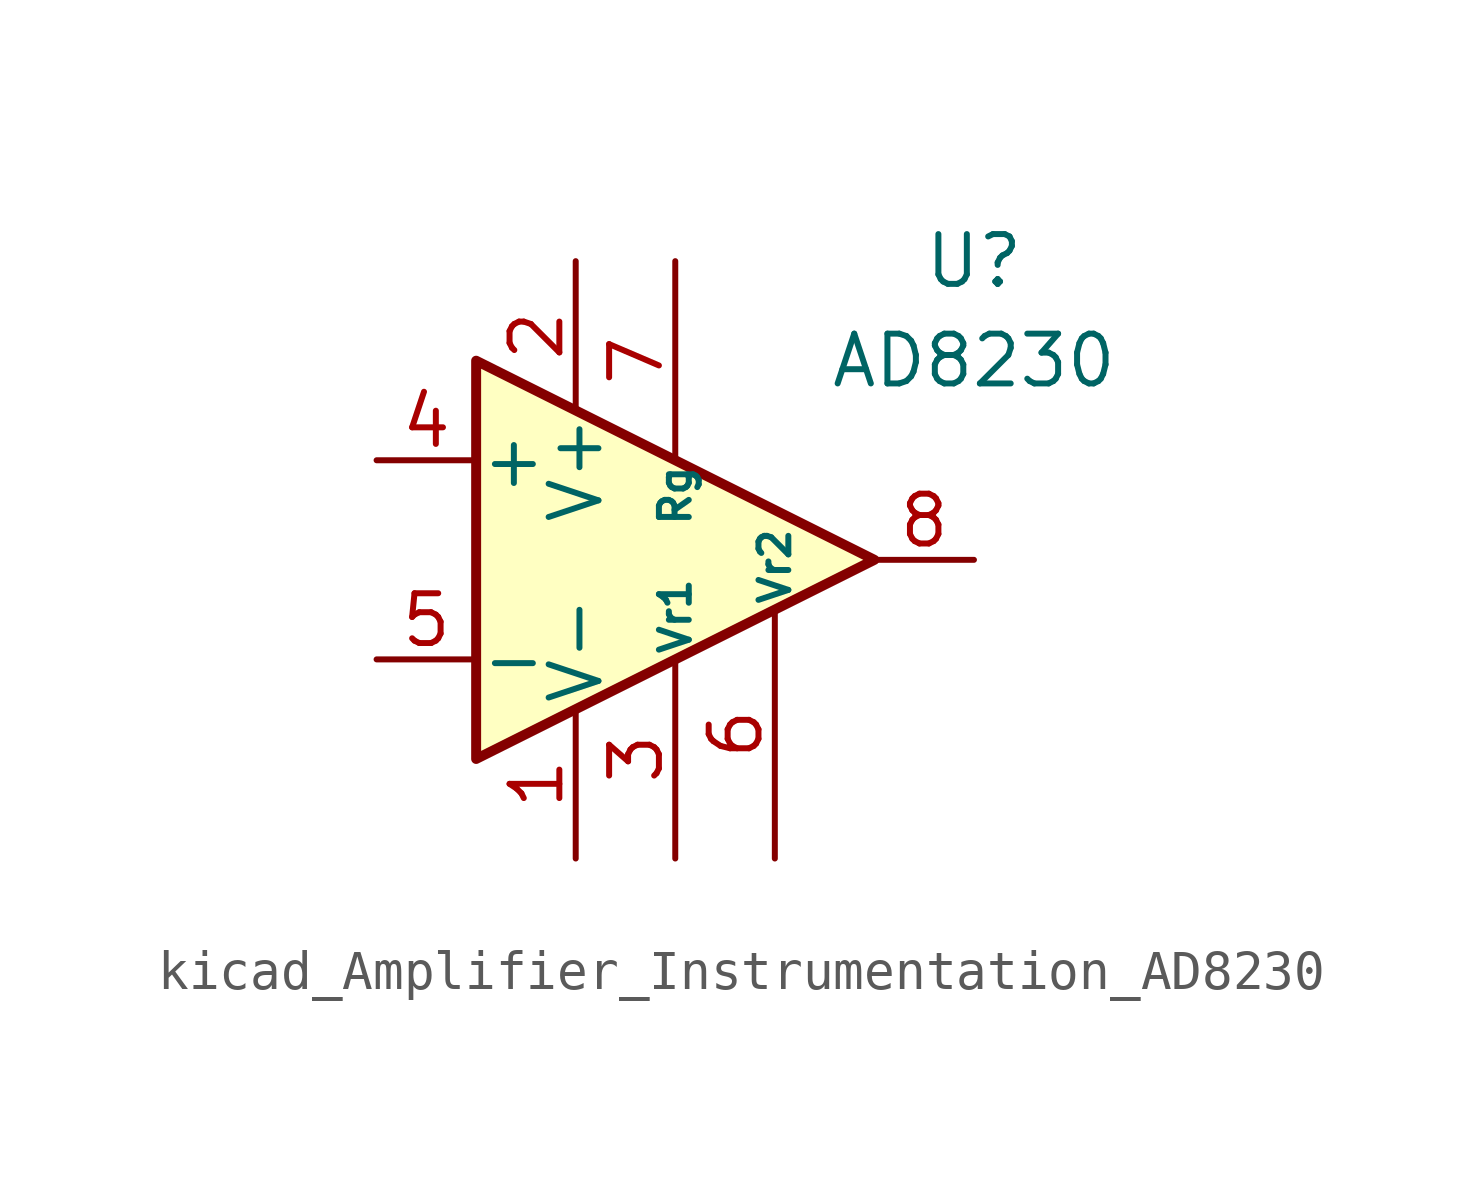
<source format=kicad_sym>
(kicad_symbol_lib
  (version 20220914)
  (generator kicad_symbol_editor)
  (symbol "kicad_Amplifier_Instrumentation_AD8230"
    (pin_names
      (offset 0.076))
    (property "Reference" "U"
      (at 7.62 7.62 0)
      (effects (font (size 1.27 1.27))))
    (property "Value" "AD8230"
      (at 7.62 5.08 0)
      (effects (font (size 1.27 1.27))))
    (symbol "kicad_Amplifier_Instrumentation_AD8230_0_1"
      (polyline (pts (xy -5.08 5.08) (xy -5.08 0) (xy -5.08 -5.08) (xy 5.08 0) (xy -5.08 5.08)) (stroke (width 0.254) (type default)) (fill (type background))))
    (symbol "kicad_Amplifier_Instrumentation_AD8230_1_1"
      (pin power_in line (at -2.54 -7.62 90) (length 3.81) (name "V-" (effects (font (size 1.27 1.27)))) (number "1" (effects (font (size 1.27 1.27)))))
      (pin power_in line (at -2.54 7.62 270) (length 3.81) (name "V+" (effects (font (size 1.27 1.27)))) (number "2" (effects (font (size 1.27 1.27)))))
      (pin input line (at 0 -7.62 90) (length 5.08) (name "Vr1" (effects (font (size 0.762 0.762)))) (number "3" (effects (font (size 1.27 1.27)))))
      (pin input line (at -7.62 2.54 0) (length 2.54) (name "+" (effects (font (size 1.27 1.27)))) (number "4" (effects (font (size 1.27 1.27)))))
      (pin input line (at -7.62 -2.54 0) (length 2.54) (name "-" (effects (font (size 1.27 1.27)))) (number "5" (effects (font (size 1.27 1.27)))))
      (pin input line (at 2.54 -7.62 90) (length 6.35) (name "Vr2" (effects (font (size 0.762 0.762)))) (number "6" (effects (font (size 1.27 1.27)))))
      (pin output line (at 0 7.62 270) (length 5.08) (name "Rg" (effects (font (size 0.762 0.762)))) (number "7" (effects (font (size 1.27 1.27)))))
      (pin output line (at 7.62 0 180) (length 2.54) (name "~" (effects (font (size 1.27 1.27)))) (number "8" (effects (font (size 1.27 1.27))))))))
</source>
